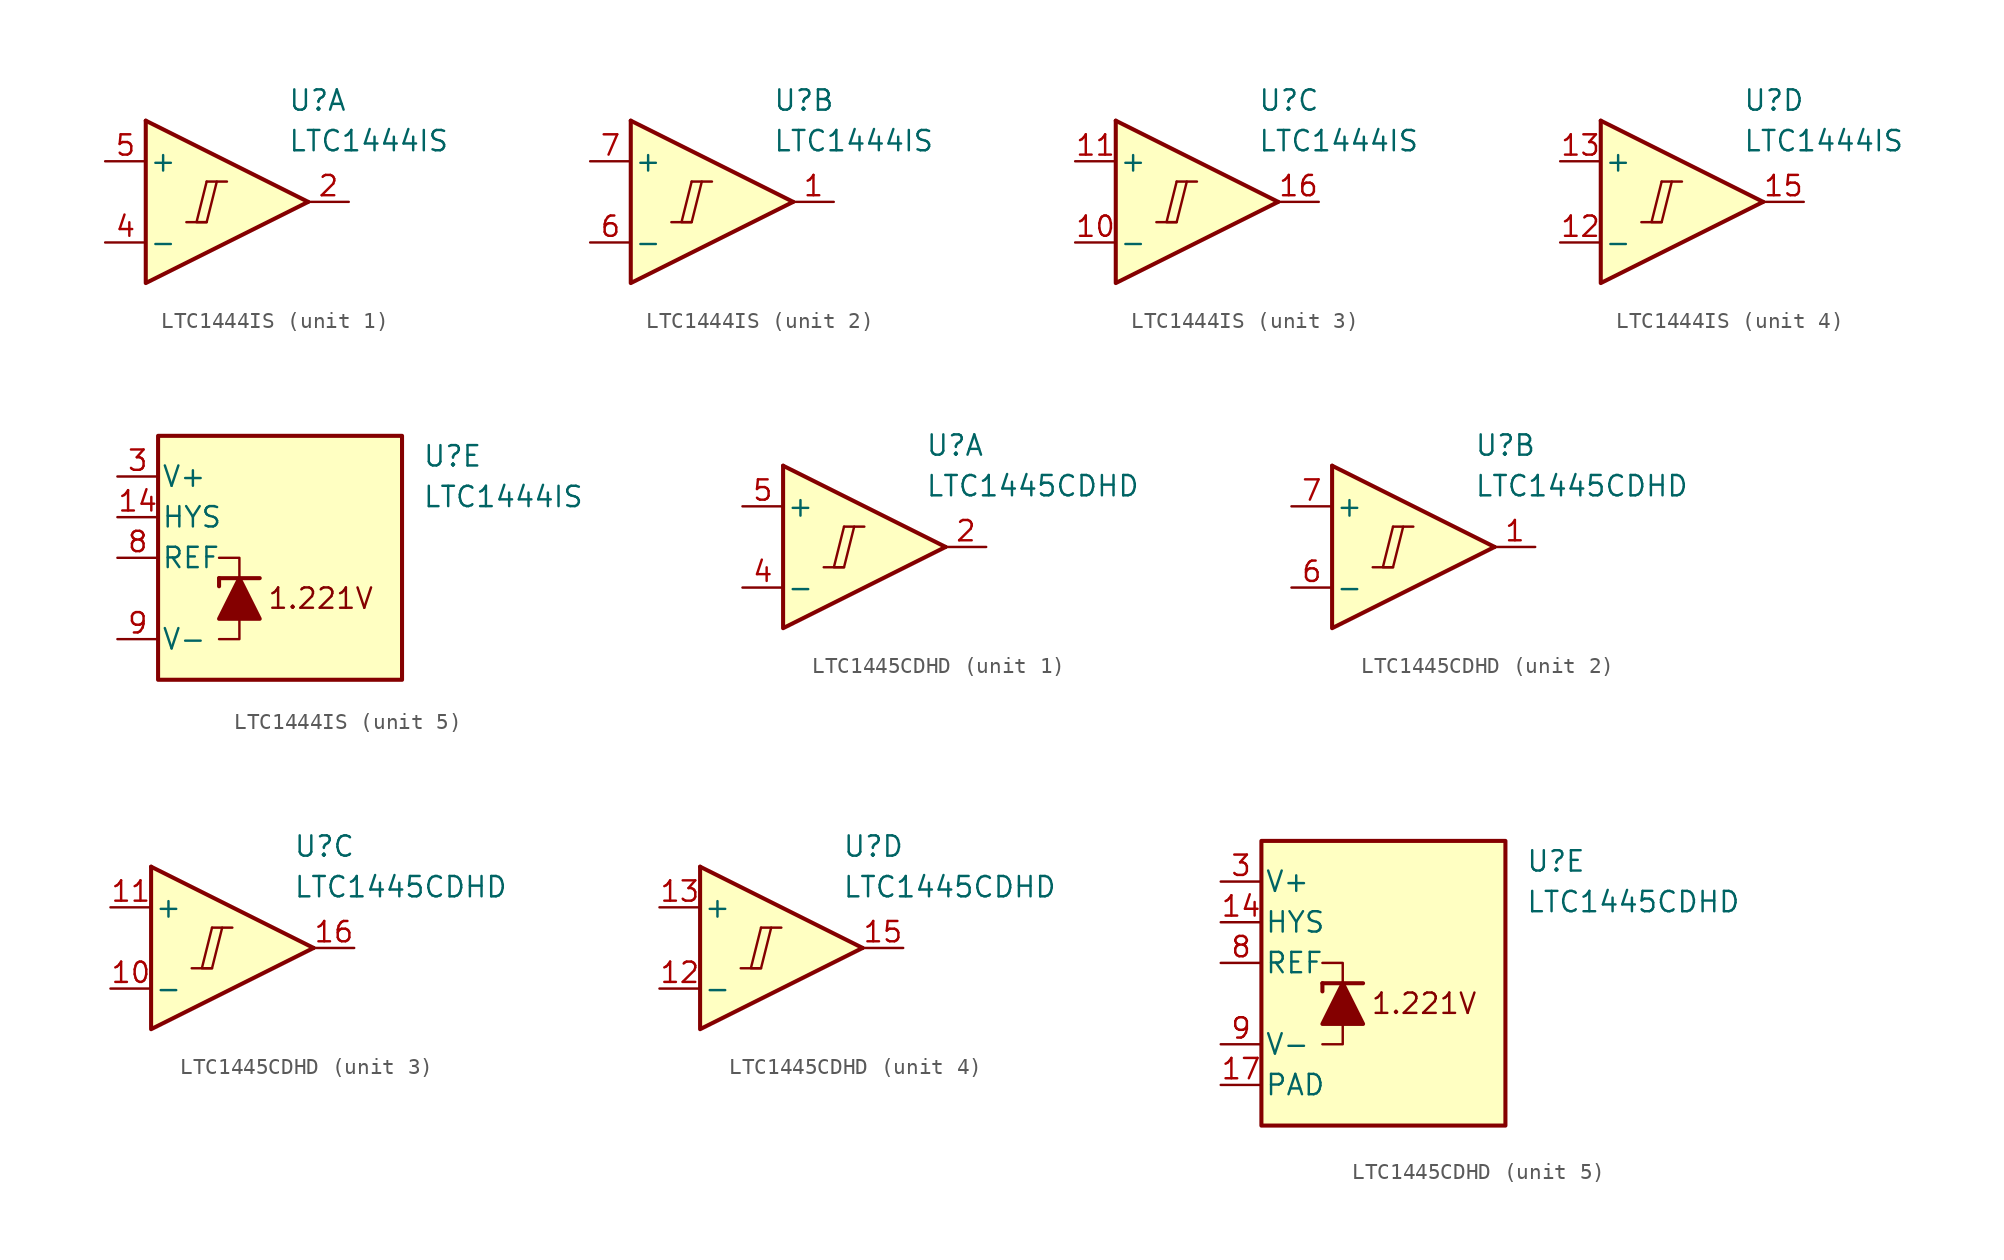
<source format=kicad_sym>
(kicad_symbol_lib
  (version 20211014)
  (generator kicad_symbol_editor)
  (symbol "LTC1444IS"
    (pin_names
      (offset 0.2))
    (property "Reference" "U"
      (at 5.08 6.35 0)
      (effects (font (size 1.27 1.27)) (justify left)))
    (property "Value" "LTC1444IS"
      (at 5.08 3.81 0)
      (effects (font (size 1.27 1.27)) (justify left)))
    (property "ki_locked" ""
      (at 0 0 0)
      (effects (font (size 1.27 1.27))))
    (symbol "LTC1444IS_1_0"
      (polyline (pts (xy -1.27 -1.27) (xy 0 -1.27)) (stroke (width 0.152) (type default) (color 0 0 0 0)) (fill (type none)))
      (polyline (pts (xy 0 1.27) (xy 1.27 1.27)) (stroke (width 0.152) (type default) (color 0 0 0 0)) (fill (type none)))
      (polyline (pts (xy 0 1.27) (xy -0.635 -1.27) (xy 0 -1.27) (xy 0.635 1.27)) (stroke (width 0.152) (type default) (color 0 0 0 0)) (fill (type none))))
    (symbol "LTC1444IS_1_1"
      (polyline (pts (xy -3.81 5.08) (xy 6.35 0)) (stroke (width 0.254) (type default) (color 0 0 0 0)) (fill (type none)))
      (polyline (pts (xy -3.81 5.08) (xy -3.81 -5.08) (xy 6.35 0)) (stroke (width 0.254) (type default) (color 0 0 0 0)) (fill (type background)))
      (pin output line (at 8.89 0 180) (length 2.54) (name "~" (effects (font (size 1.27 1.27)))) (number "2" (effects (font (size 1.27 1.27)))))
      (pin input line (at -6.35 -2.54 0) (length 2.54) (name "-" (effects (font (size 1.27 1.27)))) (number "4" (effects (font (size 1.27 1.27)))))
      (pin input line (at -6.35 2.54 0) (length 2.54) (name "+" (effects (font (size 1.27 1.27)))) (number "5" (effects (font (size 1.27 1.27))))))
    (symbol "LTC1444IS_2_0"
      (polyline (pts (xy -1.27 -1.27) (xy 0 -1.27)) (stroke (width 0.152) (type default) (color 0 0 0 0)) (fill (type none)))
      (polyline (pts (xy 0 1.27) (xy 1.27 1.27)) (stroke (width 0.152) (type default) (color 0 0 0 0)) (fill (type none)))
      (polyline (pts (xy 0 1.27) (xy -0.635 -1.27) (xy 0 -1.27) (xy 0.635 1.27)) (stroke (width 0.152) (type default) (color 0 0 0 0)) (fill (type none))))
    (symbol "LTC1444IS_2_1"
      (polyline (pts (xy -3.81 5.08) (xy 6.35 0)) (stroke (width 0.254) (type default) (color 0 0 0 0)) (fill (type none)))
      (polyline (pts (xy -3.81 5.08) (xy -3.81 -5.08) (xy 6.35 0)) (stroke (width 0.254) (type default) (color 0 0 0 0)) (fill (type background)))
      (pin output line (at 8.89 0 180) (length 2.54) (name "~" (effects (font (size 1.27 1.27)))) (number "1" (effects (font (size 1.27 1.27)))))
      (pin input line (at -6.35 -2.54 0) (length 2.54) (name "-" (effects (font (size 1.27 1.27)))) (number "6" (effects (font (size 1.27 1.27)))))
      (pin input line (at -6.35 2.54 0) (length 2.54) (name "+" (effects (font (size 1.27 1.27)))) (number "7" (effects (font (size 1.27 1.27))))))
    (symbol "LTC1444IS_3_0"
      (polyline (pts (xy -1.27 -1.27) (xy 0 -1.27)) (stroke (width 0.152) (type default) (color 0 0 0 0)) (fill (type none)))
      (polyline (pts (xy 0 1.27) (xy 1.27 1.27)) (stroke (width 0.152) (type default) (color 0 0 0 0)) (fill (type none)))
      (polyline (pts (xy 0 1.27) (xy -0.635 -1.27) (xy 0 -1.27) (xy 0.635 1.27)) (stroke (width 0.152) (type default) (color 0 0 0 0)) (fill (type none))))
    (symbol "LTC1444IS_3_1"
      (polyline (pts (xy -3.81 5.08) (xy 6.35 0)) (stroke (width 0.254) (type default) (color 0 0 0 0)) (fill (type none)))
      (polyline (pts (xy -3.81 5.08) (xy -3.81 -5.08) (xy 6.35 0)) (stroke (width 0.254) (type default) (color 0 0 0 0)) (fill (type background)))
      (pin input line (at -6.35 -2.54 0) (length 2.54) (name "-" (effects (font (size 1.27 1.27)))) (number "10" (effects (font (size 1.27 1.27)))))
      (pin input line (at -6.35 2.54 0) (length 2.54) (name "+" (effects (font (size 1.27 1.27)))) (number "11" (effects (font (size 1.27 1.27)))))
      (pin output line (at 8.89 0 180) (length 2.54) (name "~" (effects (font (size 1.27 1.27)))) (number "16" (effects (font (size 1.27 1.27))))))
    (symbol "LTC1444IS_4_0"
      (polyline (pts (xy -1.27 -1.27) (xy 0 -1.27)) (stroke (width 0.152) (type default) (color 0 0 0 0)) (fill (type none)))
      (polyline (pts (xy 0 1.27) (xy 1.27 1.27)) (stroke (width 0.152) (type default) (color 0 0 0 0)) (fill (type none)))
      (polyline (pts (xy 0 1.27) (xy -0.635 -1.27) (xy 0 -1.27) (xy 0.635 1.27)) (stroke (width 0.152) (type default) (color 0 0 0 0)) (fill (type none))))
    (symbol "LTC1444IS_4_1"
      (polyline (pts (xy -3.81 5.08) (xy 6.35 0)) (stroke (width 0.254) (type default) (color 0 0 0 0)) (fill (type none)))
      (polyline (pts (xy -3.81 5.08) (xy -3.81 -5.08) (xy 6.35 0)) (stroke (width 0.254) (type default) (color 0 0 0 0)) (fill (type background)))
      (pin input line (at -6.35 -2.54 0) (length 2.54) (name "-" (effects (font (size 1.27 1.27)))) (number "12" (effects (font (size 1.27 1.27)))))
      (pin input line (at -6.35 2.54 0) (length 2.54) (name "+" (effects (font (size 1.27 1.27)))) (number "13" (effects (font (size 1.27 1.27)))))
      (pin output line (at 8.89 0 180) (length 2.54) (name "~" (effects (font (size 1.27 1.27)))) (number "15" (effects (font (size 1.27 1.27))))))
    (symbol "LTC1444IS_5_0"
      (text "1.221V" (at -1.27 -2.54 0) (effects (font (size 1.27 1.27)))))
    (symbol "LTC1444IS_5_1"
      (rectangle (start -11.43 7.62) (end 3.81 -7.62) (stroke (width 0.254) (type default) (color 0 0 0 0)) (fill (type background)))
      (polyline (pts (xy -7.62 -1.27) (xy -7.62 -1.778)) (stroke (width 0.254) (type default) (color 0 0 0 0)) (fill (type none)))
      (polyline (pts (xy -7.62 -1.27) (xy -5.08 -1.27)) (stroke (width 0.254) (type default) (color 0 0 0 0)) (fill (type none)))
      (polyline (pts (xy -6.35 -3.81) (xy -6.35 -5.08) (xy -7.62 -5.08)) (stroke (width 0) (type default) (color 0 0 0 0)) (fill (type none)))
      (polyline (pts (xy -6.35 -1.27) (xy -6.35 0) (xy -7.62 0)) (stroke (width 0) (type default) (color 0 0 0 0)) (fill (type none)))
      (polyline (pts (xy -5.08 -3.81) (xy -7.62 -3.81) (xy -6.35 -1.27) (xy -5.08 -3.81)) (stroke (width 0.254) (type default) (color 0 0 0 0)) (fill (type outline)))
      (pin input line (at -13.97 2.54 0) (length 2.54) (name "HYS" (effects (font (size 1.27 1.27)))) (number "14" (effects (font (size 1.27 1.27)))))
      (pin power_in line (at -13.97 5.08 0) (length 2.54) (name "V+" (effects (font (size 1.27 1.27)))) (number "3" (effects (font (size 1.27 1.27)))))
      (pin output line (at -13.97 0 0) (length 2.54) (name "REF" (effects (font (size 1.27 1.27)))) (number "8" (effects (font (size 1.27 1.27)))))
      (pin power_in line (at -13.97 -5.08 0) (length 2.54) (name "V-" (effects (font (size 1.27 1.27)))) (number "9" (effects (font (size 1.27 1.27)))))))
  (symbol "LTC1445CDHD"
    (pin_names
      (offset 0.2))
    (property "Reference" "U"
      (at 5.08 6.35 0)
      (effects (font (size 1.27 1.27)) (justify left)))
    (property "Value" "LTC1445CDHD"
      (at 5.08 3.81 0)
      (effects (font (size 1.27 1.27)) (justify left)))
    (property "ki_locked" ""
      (at 0 0 0)
      (effects (font (size 1.27 1.27))))
    (symbol "LTC1445CDHD_1_0"
      (polyline (pts (xy -1.27 -1.27) (xy 0 -1.27)) (stroke (width 0.152) (type default) (color 0 0 0 0)) (fill (type none)))
      (polyline (pts (xy 0 1.27) (xy 1.27 1.27)) (stroke (width 0.152) (type default) (color 0 0 0 0)) (fill (type none)))
      (polyline (pts (xy 0 1.27) (xy -0.635 -1.27) (xy 0 -1.27) (xy 0.635 1.27)) (stroke (width 0.152) (type default) (color 0 0 0 0)) (fill (type none))))
    (symbol "LTC1445CDHD_1_1"
      (polyline (pts (xy -3.81 5.08) (xy 6.35 0)) (stroke (width 0.254) (type default) (color 0 0 0 0)) (fill (type none)))
      (polyline (pts (xy -3.81 5.08) (xy -3.81 -5.08) (xy 6.35 0)) (stroke (width 0.254) (type default) (color 0 0 0 0)) (fill (type background)))
      (pin output line (at 8.89 0 180) (length 2.54) (name "~" (effects (font (size 1.27 1.27)))) (number "2" (effects (font (size 1.27 1.27)))))
      (pin input line (at -6.35 -2.54 0) (length 2.54) (name "-" (effects (font (size 1.27 1.27)))) (number "4" (effects (font (size 1.27 1.27)))))
      (pin input line (at -6.35 2.54 0) (length 2.54) (name "+" (effects (font (size 1.27 1.27)))) (number "5" (effects (font (size 1.27 1.27))))))
    (symbol "LTC1445CDHD_2_0"
      (polyline (pts (xy -1.27 -1.27) (xy 0 -1.27)) (stroke (width 0.152) (type default) (color 0 0 0 0)) (fill (type none)))
      (polyline (pts (xy 0 1.27) (xy 1.27 1.27)) (stroke (width 0.152) (type default) (color 0 0 0 0)) (fill (type none)))
      (polyline (pts (xy 0 1.27) (xy -0.635 -1.27) (xy 0 -1.27) (xy 0.635 1.27)) (stroke (width 0.152) (type default) (color 0 0 0 0)) (fill (type none))))
    (symbol "LTC1445CDHD_2_1"
      (polyline (pts (xy -3.81 5.08) (xy 6.35 0)) (stroke (width 0.254) (type default) (color 0 0 0 0)) (fill (type none)))
      (polyline (pts (xy -3.81 5.08) (xy -3.81 -5.08) (xy 6.35 0)) (stroke (width 0.254) (type default) (color 0 0 0 0)) (fill (type background)))
      (pin output line (at 8.89 0 180) (length 2.54) (name "~" (effects (font (size 1.27 1.27)))) (number "1" (effects (font (size 1.27 1.27)))))
      (pin input line (at -6.35 -2.54 0) (length 2.54) (name "-" (effects (font (size 1.27 1.27)))) (number "6" (effects (font (size 1.27 1.27)))))
      (pin input line (at -6.35 2.54 0) (length 2.54) (name "+" (effects (font (size 1.27 1.27)))) (number "7" (effects (font (size 1.27 1.27))))))
    (symbol "LTC1445CDHD_3_0"
      (polyline (pts (xy -1.27 -1.27) (xy 0 -1.27)) (stroke (width 0.152) (type default) (color 0 0 0 0)) (fill (type none)))
      (polyline (pts (xy 0 1.27) (xy 1.27 1.27)) (stroke (width 0.152) (type default) (color 0 0 0 0)) (fill (type none)))
      (polyline (pts (xy 0 1.27) (xy -0.635 -1.27) (xy 0 -1.27) (xy 0.635 1.27)) (stroke (width 0.152) (type default) (color 0 0 0 0)) (fill (type none))))
    (symbol "LTC1445CDHD_3_1"
      (polyline (pts (xy -3.81 5.08) (xy 6.35 0)) (stroke (width 0.254) (type default) (color 0 0 0 0)) (fill (type none)))
      (polyline (pts (xy -3.81 5.08) (xy -3.81 -5.08) (xy 6.35 0)) (stroke (width 0.254) (type default) (color 0 0 0 0)) (fill (type background)))
      (pin input line (at -6.35 -2.54 0) (length 2.54) (name "-" (effects (font (size 1.27 1.27)))) (number "10" (effects (font (size 1.27 1.27)))))
      (pin input line (at -6.35 2.54 0) (length 2.54) (name "+" (effects (font (size 1.27 1.27)))) (number "11" (effects (font (size 1.27 1.27)))))
      (pin output line (at 8.89 0 180) (length 2.54) (name "~" (effects (font (size 1.27 1.27)))) (number "16" (effects (font (size 1.27 1.27))))))
    (symbol "LTC1445CDHD_4_0"
      (polyline (pts (xy -1.27 -1.27) (xy 0 -1.27)) (stroke (width 0.152) (type default) (color 0 0 0 0)) (fill (type none)))
      (polyline (pts (xy 0 1.27) (xy 1.27 1.27)) (stroke (width 0.152) (type default) (color 0 0 0 0)) (fill (type none)))
      (polyline (pts (xy 0 1.27) (xy -0.635 -1.27) (xy 0 -1.27) (xy 0.635 1.27)) (stroke (width 0.152) (type default) (color 0 0 0 0)) (fill (type none))))
    (symbol "LTC1445CDHD_4_1"
      (polyline (pts (xy -3.81 5.08) (xy 6.35 0)) (stroke (width 0.254) (type default) (color 0 0 0 0)) (fill (type none)))
      (polyline (pts (xy -3.81 5.08) (xy -3.81 -5.08) (xy 6.35 0)) (stroke (width 0.254) (type default) (color 0 0 0 0)) (fill (type background)))
      (pin input line (at -6.35 -2.54 0) (length 2.54) (name "-" (effects (font (size 1.27 1.27)))) (number "12" (effects (font (size 1.27 1.27)))))
      (pin input line (at -6.35 2.54 0) (length 2.54) (name "+" (effects (font (size 1.27 1.27)))) (number "13" (effects (font (size 1.27 1.27)))))
      (pin output line (at 8.89 0 180) (length 2.54) (name "~" (effects (font (size 1.27 1.27)))) (number "15" (effects (font (size 1.27 1.27))))))
    (symbol "LTC1445CDHD_5_0"
      (text "1.221V" (at -1.27 -2.54 0) (effects (font (size 1.27 1.27)))))
    (symbol "LTC1445CDHD_5_1"
      (rectangle (start -11.43 7.62) (end 3.81 -10.16) (stroke (width 0.254) (type default) (color 0 0 0 0)) (fill (type background)))
      (polyline (pts (xy -7.62 -1.27) (xy -7.62 -1.778)) (stroke (width 0.254) (type default) (color 0 0 0 0)) (fill (type none)))
      (polyline (pts (xy -7.62 -1.27) (xy -5.08 -1.27)) (stroke (width 0.254) (type default) (color 0 0 0 0)) (fill (type none)))
      (polyline (pts (xy -6.35 -3.81) (xy -6.35 -5.08) (xy -7.62 -5.08)) (stroke (width 0) (type default) (color 0 0 0 0)) (fill (type none)))
      (polyline (pts (xy -6.35 -1.27) (xy -6.35 0) (xy -7.62 0)) (stroke (width 0) (type default) (color 0 0 0 0)) (fill (type none)))
      (polyline (pts (xy -5.08 -3.81) (xy -7.62 -3.81) (xy -6.35 -1.27) (xy -5.08 -3.81)) (stroke (width 0.254) (type default) (color 0 0 0 0)) (fill (type outline)))
      (pin input line (at -13.97 2.54 0) (length 2.54) (name "HYS" (effects (font (size 1.27 1.27)))) (number "14" (effects (font (size 1.27 1.27)))))
      (pin power_in line (at -13.97 -7.62 0) (length 2.54) (name "PAD" (effects (font (size 1.27 1.27)))) (number "17" (effects (font (size 1.27 1.27)))))
      (pin power_in line (at -13.97 5.08 0) (length 2.54) (name "V+" (effects (font (size 1.27 1.27)))) (number "3" (effects (font (size 1.27 1.27)))))
      (pin output line (at -13.97 0 0) (length 2.54) (name "REF" (effects (font (size 1.27 1.27)))) (number "8" (effects (font (size 1.27 1.27)))))
      (pin power_in line (at -13.97 -5.08 0) (length 2.54) (name "V-" (effects (font (size 1.27 1.27)))) (number "9" (effects (font (size 1.27 1.27))))))))
</source>
